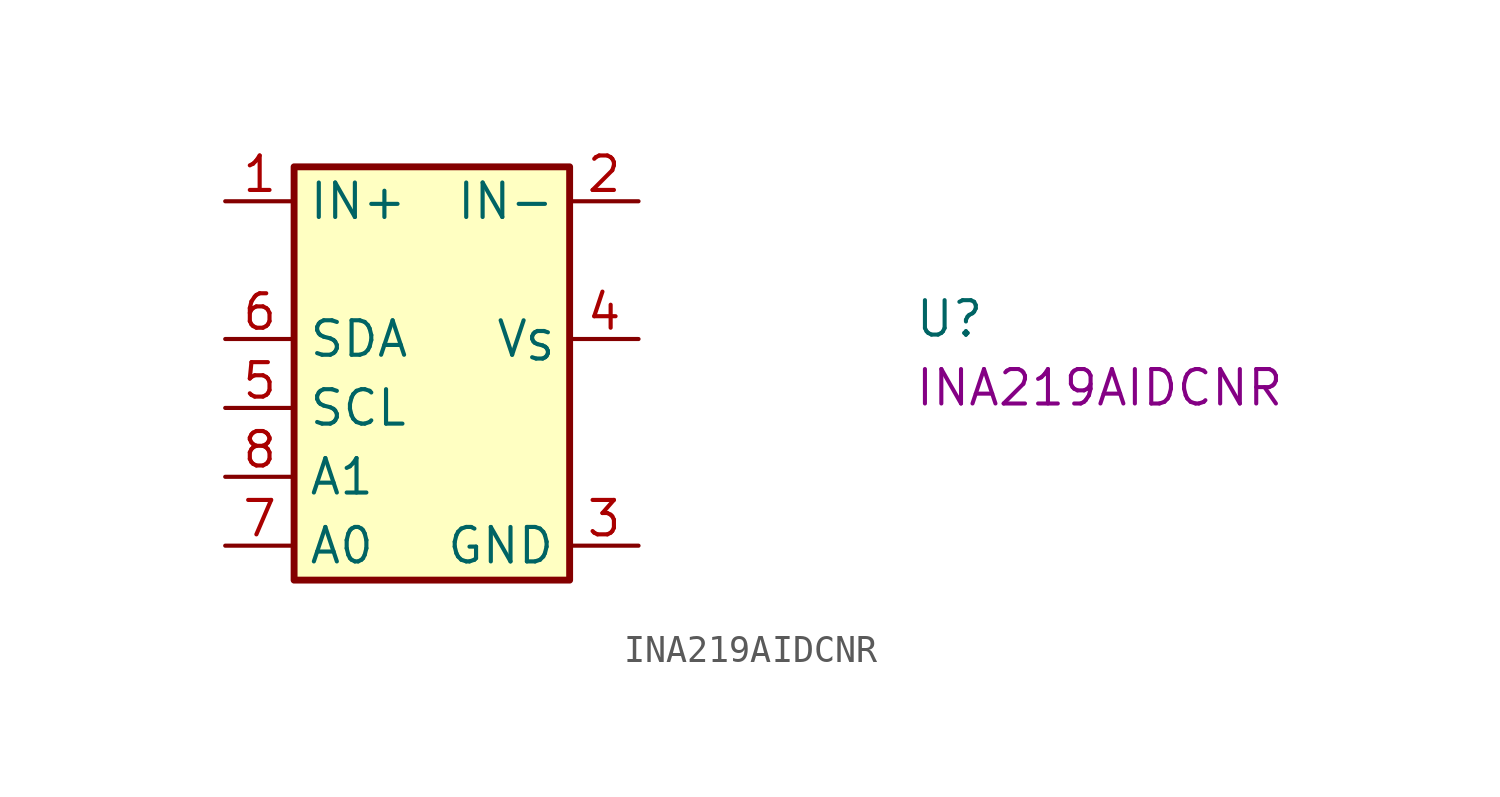
<source format=kicad_sym>
(kicad_symbol_lib
  (version 20220914)
  (generator kicad_symbol_editor)
  (symbol "INA219AIDCNR"
    (property "Reference" "U"
      (at 25.4 -5.08 0)
      (effects (font (size 1.27 1.27) (thickness 0.15)) (justify left bottom)))
    (property "MPN" "INA219AIDCNR"
      (at 25.4 -7.62 0)
      (effects (font (size 1.27 1.27) (thickness 0.15)) (justify left bottom)))
    (symbol "INA219AIDCNR_1_1"
      (rectangle (start 2.54 1.27) (end 12.7 -13.97) (stroke (width 0.254) (type default)) (fill (type background)))
      (pin passive line (at 0 0 0) (length 2.54) (name "IN+" (effects (font (size 1.27 1.27)))) (number "1" (effects (font (size 1.27 1.27)))))
      (pin passive line (at 15.24 0 180) (length 2.54) (name "IN-" (effects (font (size 1.27 1.27)))) (number "2" (effects (font (size 1.27 1.27)))))
      (pin power_in line (at 15.24 -12.7 180) (length 2.54) (name "GND" (effects (font (size 1.27 1.27)))) (number "3" (effects (font (size 1.27 1.27)))))
      (pin power_in line (at 15.24 -5.08 180) (length 2.54) (name "V_{S}" (effects (font (size 1.27 1.27)))) (number "4" (effects (font (size 1.27 1.27)))))
      (pin open_collector line (at 0 -7.62 0) (length 2.54) (name "SCL" (effects (font (size 1.27 1.27)))) (number "5" (effects (font (size 1.27 1.27)))))
      (pin open_collector line (at 0 -5.08 0) (length 2.54) (name "SDA" (effects (font (size 1.27 1.27)))) (number "6" (effects (font (size 1.27 1.27)))))
      (pin passive line (at 0 -12.7 0) (length 2.54) (name "A0" (effects (font (size 1.27 1.27)))) (number "7" (effects (font (size 1.27 1.27)))))
      (pin passive line (at 0 -10.16 0) (length 2.54) (name "A1" (effects (font (size 1.27 1.27)))) (number "8" (effects (font (size 1.27 1.27))))))))
</source>
